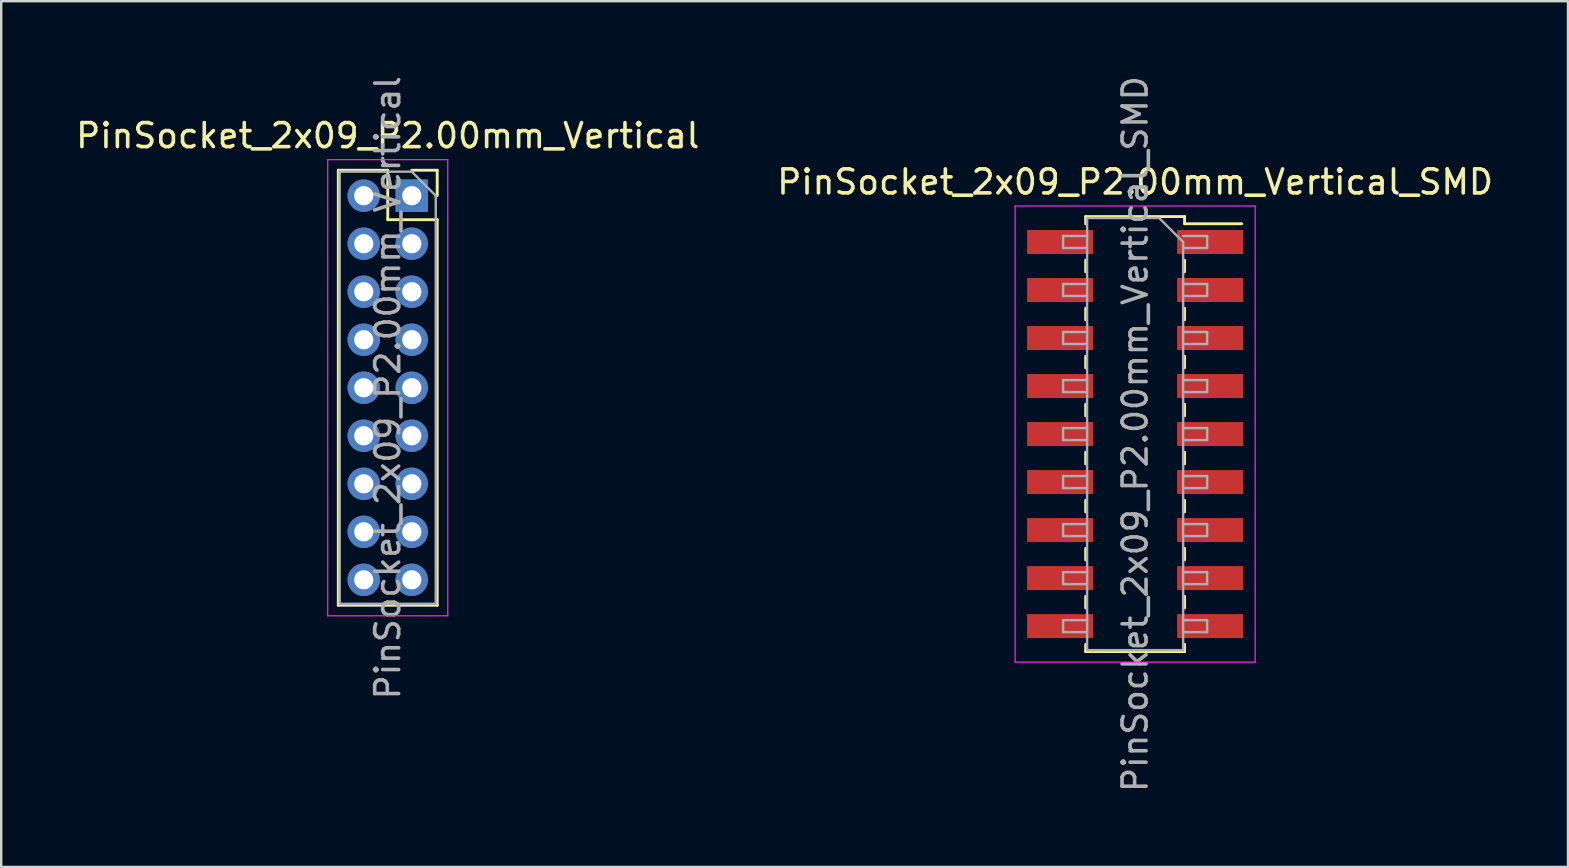
<source format=kicad_pcb>
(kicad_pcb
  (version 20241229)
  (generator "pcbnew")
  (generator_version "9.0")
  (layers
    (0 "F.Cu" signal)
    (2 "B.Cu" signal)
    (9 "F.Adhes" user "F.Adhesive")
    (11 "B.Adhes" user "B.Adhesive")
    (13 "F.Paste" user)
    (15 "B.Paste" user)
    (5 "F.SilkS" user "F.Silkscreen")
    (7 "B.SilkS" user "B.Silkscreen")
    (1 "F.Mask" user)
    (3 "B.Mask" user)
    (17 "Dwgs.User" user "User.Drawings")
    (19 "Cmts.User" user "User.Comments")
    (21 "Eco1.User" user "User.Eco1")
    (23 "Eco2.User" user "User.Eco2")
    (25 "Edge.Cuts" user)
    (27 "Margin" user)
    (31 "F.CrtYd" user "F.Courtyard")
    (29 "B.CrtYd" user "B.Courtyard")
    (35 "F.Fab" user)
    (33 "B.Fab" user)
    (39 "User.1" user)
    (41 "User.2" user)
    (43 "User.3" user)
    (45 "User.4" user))
  (footprint "PinSocket_2x09_P2.00mm_Vertical_SMD"
    (layer "F.Cu")
    (at 44.232 15.03)
    (property "Reference" "PinSocket_2x09_P2.00mm_Vertical_SMD" (at 0 -10.5 0) (layer "F.SilkS") (effects (font (size 1 1) (thickness 0.15))))
    (attr smd)
    (fp_line (start -2.06 -9.06) (end -2.06 -8.76) (stroke (width 0.12) (type solid)) (layer "F.SilkS"))
    (fp_line (start -2.06 -9.06) (end 2.06 -9.06) (stroke (width 0.12) (type solid)) (layer "F.SilkS"))
    (fp_line (start -2.06 -7.24) (end -2.06 -6.76) (stroke (width 0.12) (type solid)) (layer "F.SilkS"))
    (fp_line (start -2.06 -5.24) (end -2.06 -4.76) (stroke (width 0.12) (type solid)) (layer "F.SilkS"))
    (fp_line (start -2.06 -3.24) (end -2.06 -2.76) (stroke (width 0.12) (type solid)) (layer "F.SilkS"))
    (fp_line (start -2.06 -1.24) (end -2.06 -0.76) (stroke (width 0.12) (type solid)) (layer "F.SilkS"))
    (fp_line (start -2.06 0.76) (end -2.06 1.24) (stroke (width 0.12) (type solid)) (layer "F.SilkS"))
    (fp_line (start -2.06 2.76) (end -2.06 3.24) (stroke (width 0.12) (type solid)) (layer "F.SilkS"))
    (fp_line (start -2.06 4.76) (end -2.06 5.24) (stroke (width 0.12) (type solid)) (layer "F.SilkS"))
    (fp_line (start -2.06 6.76) (end -2.06 7.24) (stroke (width 0.12) (type solid)) (layer "F.SilkS"))
    (fp_line (start -2.06 8.76) (end -2.06 9.06) (stroke (width 0.12) (type solid)) (layer "F.SilkS"))
    (fp_line (start -2.06 9.06) (end 2.06 9.06) (stroke (width 0.12) (type solid)) (layer "F.SilkS"))
    (fp_line (start 2.06 -9.06) (end 2.06 -8.76) (stroke (width 0.12) (type solid)) (layer "F.SilkS"))
    (fp_line (start 2.06 -8.76) (end 4.44 -8.76) (stroke (width 0.12) (type solid)) (layer "F.SilkS"))
    (fp_line (start 2.06 -7.24) (end 2.06 -6.76) (stroke (width 0.12) (type solid)) (layer "F.SilkS"))
    (fp_line (start 2.06 -5.24) (end 2.06 -4.76) (stroke (width 0.12) (type solid)) (layer "F.SilkS"))
    (fp_line (start 2.06 -3.24) (end 2.06 -2.76) (stroke (width 0.12) (type solid)) (layer "F.SilkS"))
    (fp_line (start 2.06 -1.24) (end 2.06 -0.76) (stroke (width 0.12) (type solid)) (layer "F.SilkS"))
    (fp_line (start 2.06 0.76) (end 2.06 1.24) (stroke (width 0.12) (type solid)) (layer "F.SilkS"))
    (fp_line (start 2.06 2.76) (end 2.06 3.24) (stroke (width 0.12) (type solid)) (layer "F.SilkS"))
    (fp_line (start 2.06 4.76) (end 2.06 5.24) (stroke (width 0.12) (type solid)) (layer "F.SilkS"))
    (fp_line (start 2.06 6.76) (end 2.06 7.24) (stroke (width 0.12) (type solid)) (layer "F.SilkS"))
    (fp_line (start 2.06 8.76) (end 2.06 9.06) (stroke (width 0.12) (type solid)) (layer "F.SilkS"))
    (fp_line (start -5 -9.5) (end 5 -9.5) (stroke (width 0.05) (type solid)) (layer "F.CrtYd"))
    (fp_line (start -5 9.5) (end -5 -9.5) (stroke (width 0.05) (type solid)) (layer "F.CrtYd"))
    (fp_line (start 5 -9.5) (end 5 9.5) (stroke (width 0.05) (type solid)) (layer "F.CrtYd"))
    (fp_line (start 5 9.5) (end -5 9.5) (stroke (width 0.05) (type solid)) (layer "F.CrtYd"))
    (fp_line (start -3 -8.25) (end -2 -8.25) (stroke (width 0.1) (type solid)) (layer "F.Fab"))
    (fp_line (start -3 -7.75) (end -3 -8.25) (stroke (width 0.1) (type solid)) (layer "F.Fab"))
    (fp_line (start -3 -6.25) (end -2 -6.25) (stroke (width 0.1) (type solid)) (layer "F.Fab"))
    (fp_line (start -3 -5.75) (end -3 -6.25) (stroke (width 0.1) (type solid)) (layer "F.Fab"))
    (fp_line (start -3 -4.25) (end -2 -4.25) (stroke (width 0.1) (type solid)) (layer "F.Fab"))
    (fp_line (start -3 -3.75) (end -3 -4.25) (stroke (width 0.1) (type solid)) (layer "F.Fab"))
    (fp_line (start -3 -2.25) (end -2 -2.25) (stroke (width 0.1) (type solid)) (layer "F.Fab"))
    (fp_line (start -3 -1.75) (end -3 -2.25) (stroke (width 0.1) (type solid)) (layer "F.Fab"))
    (fp_line (start -3 -0.25) (end -2 -0.25) (stroke (width 0.1) (type solid)) (layer "F.Fab"))
    (fp_line (start -3 0.25) (end -3 -0.25) (stroke (width 0.1) (type solid)) (layer "F.Fab"))
    (fp_line (start -3 1.75) (end -2 1.75) (stroke (width 0.1) (type solid)) (layer "F.Fab"))
    (fp_line (start -3 2.25) (end -3 1.75) (stroke (width 0.1) (type solid)) (layer "F.Fab"))
    (fp_line (start -3 3.75) (end -2 3.75) (stroke (width 0.1) (type solid)) (layer "F.Fab"))
    (fp_line (start -3 4.25) (end -3 3.75) (stroke (width 0.1) (type solid)) (layer "F.Fab"))
    (fp_line (start -3 5.75) (end -2 5.75) (stroke (width 0.1) (type solid)) (layer "F.Fab"))
    (fp_line (start -3 6.25) (end -3 5.75) (stroke (width 0.1) (type solid)) (layer "F.Fab"))
    (fp_line (start -3 7.75) (end -2 7.75) (stroke (width 0.1) (type solid)) (layer "F.Fab"))
    (fp_line (start -3 8.25) (end -3 7.75) (stroke (width 0.1) (type solid)) (layer "F.Fab"))
    (fp_line (start -2 -9) (end 1 -9) (stroke (width 0.1) (type solid)) (layer "F.Fab"))
    (fp_line (start -2 -7.75) (end -3 -7.75) (stroke (width 0.1) (type solid)) (layer "F.Fab"))
    (fp_line (start -2 -5.75) (end -3 -5.75) (stroke (width 0.1) (type solid)) (layer "F.Fab"))
    (fp_line (start -2 -3.75) (end -3 -3.75) (stroke (width 0.1) (type solid)) (layer "F.Fab"))
    (fp_line (start -2 -1.75) (end -3 -1.75) (stroke (width 0.1) (type solid)) (layer "F.Fab"))
    (fp_line (start -2 0.25) (end -3 0.25) (stroke (width 0.1) (type solid)) (layer "F.Fab"))
    (fp_line (start -2 2.25) (end -3 2.25) (stroke (width 0.1) (type solid)) (layer "F.Fab"))
    (fp_line (start -2 4.25) (end -3 4.25) (stroke (width 0.1) (type solid)) (layer "F.Fab"))
    (fp_line (start -2 6.25) (end -3 6.25) (stroke (width 0.1) (type solid)) (layer "F.Fab"))
    (fp_line (start -2 8.25) (end -3 8.25) (stroke (width 0.1) (type solid)) (layer "F.Fab"))
    (fp_line (start -2 9) (end -2 -9) (stroke (width 0.1) (type solid)) (layer "F.Fab"))
    (fp_line (start 1 -9) (end 2 -8) (stroke (width 0.1) (type solid)) (layer "F.Fab"))
    (fp_line (start 2 -8.25) (end 3 -8.25) (stroke (width 0.1) (type solid)) (layer "F.Fab"))
    (fp_line (start 2 -8) (end 2 9) (stroke (width 0.1) (type solid)) (layer "F.Fab"))
    (fp_line (start 2 -6.25) (end 3 -6.25) (stroke (width 0.1) (type solid)) (layer "F.Fab"))
    (fp_line (start 2 -4.25) (end 3 -4.25) (stroke (width 0.1) (type solid)) (layer "F.Fab"))
    (fp_line (start 2 -2.25) (end 3 -2.25) (stroke (width 0.1) (type solid)) (layer "F.Fab"))
    (fp_line (start 2 -0.25) (end 3 -0.25) (stroke (width 0.1) (type solid)) (layer "F.Fab"))
    (fp_line (start 2 1.75) (end 3 1.75) (stroke (width 0.1) (type solid)) (layer "F.Fab"))
    (fp_line (start 2 3.75) (end 3 3.75) (stroke (width 0.1) (type solid)) (layer "F.Fab"))
    (fp_line (start 2 5.75) (end 3 5.75) (stroke (width 0.1) (type solid)) (layer "F.Fab"))
    (fp_line (start 2 7.75) (end 3 7.75) (stroke (width 0.1) (type solid)) (layer "F.Fab"))
    (fp_line (start 2 9) (end -2 9) (stroke (width 0.1) (type solid)) (layer "F.Fab"))
    (fp_line (start 3 -8.25) (end 3 -7.75) (stroke (width 0.1) (type solid)) (layer "F.Fab"))
    (fp_line (start 3 -7.75) (end 2 -7.75) (stroke (width 0.1) (type solid)) (layer "F.Fab"))
    (fp_line (start 3 -6.25) (end 3 -5.75) (stroke (width 0.1) (type solid)) (layer "F.Fab"))
    (fp_line (start 3 -5.75) (end 2 -5.75) (stroke (width 0.1) (type solid)) (layer "F.Fab"))
    (fp_line (start 3 -4.25) (end 3 -3.75) (stroke (width 0.1) (type solid)) (layer "F.Fab"))
    (fp_line (start 3 -3.75) (end 2 -3.75) (stroke (width 0.1) (type solid)) (layer "F.Fab"))
    (fp_line (start 3 -2.25) (end 3 -1.75) (stroke (width 0.1) (type solid)) (layer "F.Fab"))
    (fp_line (start 3 -1.75) (end 2 -1.75) (stroke (width 0.1) (type solid)) (layer "F.Fab"))
    (fp_line (start 3 -0.25) (end 3 0.25) (stroke (width 0.1) (type solid)) (layer "F.Fab"))
    (fp_line (start 3 0.25) (end 2 0.25) (stroke (width 0.1) (type solid)) (layer "F.Fab"))
    (fp_line (start 3 1.75) (end 3 2.25) (stroke (width 0.1) (type solid)) (layer "F.Fab"))
    (fp_line (start 3 2.25) (end 2 2.25) (stroke (width 0.1) (type solid)) (layer "F.Fab"))
    (fp_line (start 3 3.75) (end 3 4.25) (stroke (width 0.1) (type solid)) (layer "F.Fab"))
    (fp_line (start 3 4.25) (end 2 4.25) (stroke (width 0.1) (type solid)) (layer "F.Fab"))
    (fp_line (start 3 5.75) (end 3 6.25) (stroke (width 0.1) (type solid)) (layer "F.Fab"))
    (fp_line (start 3 6.25) (end 2 6.25) (stroke (width 0.1) (type solid)) (layer "F.Fab"))
    (fp_line (start 3 7.75) (end 3 8.25) (stroke (width 0.1) (type solid)) (layer "F.Fab"))
    (fp_line (start 3 8.25) (end 2 8.25) (stroke (width 0.1) (type solid)) (layer "F.Fab"))
    (fp_text user "${REFERENCE}" (at 0 0 90) (layer "F.Fab") (effects (font (size 1 1) (thickness 0.15))))
    (pad "1" smd rect (at 3.125 -8) (size 2.75 1) (layers "F.Cu" "F.Mask" "F.Paste"))
    (pad "2" smd rect (at -3.125 -8) (size 2.75 1) (layers "F.Cu" "F.Mask" "F.Paste"))
    (pad "3" smd rect (at 3.125 -6) (size 2.75 1) (layers "F.Cu" "F.Mask" "F.Paste"))
    (pad "4" smd rect (at -3.125 -6) (size 2.75 1) (layers "F.Cu" "F.Mask" "F.Paste"))
    (pad "5" smd rect (at 3.125 -4) (size 2.75 1) (layers "F.Cu" "F.Mask" "F.Paste"))
    (pad "6" smd rect (at -3.125 -4) (size 2.75 1) (layers "F.Cu" "F.Mask" "F.Paste"))
    (pad "7" smd rect (at 3.125 -2) (size 2.75 1) (layers "F.Cu" "F.Mask" "F.Paste"))
    (pad "8" smd rect (at -3.125 -2) (size 2.75 1) (layers "F.Cu" "F.Mask" "F.Paste"))
    (pad "9" smd rect (at 3.125 0) (size 2.75 1) (layers "F.Cu" "F.Mask" "F.Paste"))
    (pad "10" smd rect (at -3.125 0) (size 2.75 1) (layers "F.Cu" "F.Mask" "F.Paste"))
    (pad "11" smd rect (at 3.125 2) (size 2.75 1) (layers "F.Cu" "F.Mask" "F.Paste"))
    (pad "12" smd rect (at -3.125 2) (size 2.75 1) (layers "F.Cu" "F.Mask" "F.Paste"))
    (pad "13" smd rect (at 3.125 4) (size 2.75 1) (layers "F.Cu" "F.Mask" "F.Paste"))
    (pad "14" smd rect (at -3.125 4) (size 2.75 1) (layers "F.Cu" "F.Mask" "F.Paste"))
    (pad "15" smd rect (at 3.125 6) (size 2.75 1) (layers "F.Cu" "F.Mask" "F.Paste"))
    (pad "16" smd rect (at -3.125 6) (size 2.75 1) (layers "F.Cu" "F.Mask" "F.Paste"))
    (pad "17" smd rect (at 3.125 8) (size 2.75 1) (layers "F.Cu" "F.Mask" "F.Paste"))
    (pad "18" smd rect (at -3.125 8) (size 2.75 1) (layers "F.Cu" "F.Mask" "F.Paste")))
  (footprint "PinSocket_2x09_P2.00mm_Vertical"
    (layer "F.Cu")
    (at 14.101 5.101)
    (property "Reference" "PinSocket_2x09_P2.00mm_Vertical" (at -1 -2.5 0) (layer "F.SilkS") (effects (font (size 1 1) (thickness 0.15))))
    (attr through_hole)
    (fp_line (start -3.06 -1.06) (end -3.06 17.06) (stroke (width 0.12) (type solid)) (layer "F.SilkS"))
    (fp_line (start -3.06 -1.06) (end -1 -1.06) (stroke (width 0.12) (type solid)) (layer "F.SilkS"))
    (fp_line (start -3.06 17.06) (end 1.06 17.06) (stroke (width 0.12) (type solid)) (layer "F.SilkS"))
    (fp_line (start -1 -1.06) (end -1 1) (stroke (width 0.12) (type solid)) (layer "F.SilkS"))
    (fp_line (start -1 1) (end 1.06 1) (stroke (width 0.12) (type solid)) (layer "F.SilkS"))
    (fp_line (start 0 -1.06) (end 1.06 -1.06) (stroke (width 0.12) (type solid)) (layer "F.SilkS"))
    (fp_line (start 1.06 -1.06) (end 1.06 0) (stroke (width 0.12) (type solid)) (layer "F.SilkS"))
    (fp_line (start 1.06 1) (end 1.06 17.06) (stroke (width 0.12) (type solid)) (layer "F.SilkS"))
    (fp_line (start -3.5 -1.5) (end 1.5 -1.5) (stroke (width 0.05) (type solid)) (layer "F.CrtYd"))
    (fp_line (start -3.5 17.5) (end -3.5 -1.5) (stroke (width 0.05) (type solid)) (layer "F.CrtYd"))
    (fp_line (start 1.5 -1.5) (end 1.5 17.5) (stroke (width 0.05) (type solid)) (layer "F.CrtYd"))
    (fp_line (start 1.5 17.5) (end -3.5 17.5) (stroke (width 0.05) (type solid)) (layer "F.CrtYd"))
    (fp_line (start -3 -1) (end 0 -1) (stroke (width 0.1) (type solid)) (layer "F.Fab"))
    (fp_line (start -3 17) (end -3 -1) (stroke (width 0.1) (type solid)) (layer "F.Fab"))
    (fp_line (start 0 -1) (end 1 0) (stroke (width 0.1) (type solid)) (layer "F.Fab"))
    (fp_line (start 1 0) (end 1 17) (stroke (width 0.1) (type solid)) (layer "F.Fab"))
    (fp_line (start 1 17) (end -3 17) (stroke (width 0.1) (type solid)) (layer "F.Fab"))
    (fp_text user "${REFERENCE}" (at -1 8 90) (layer "F.Fab") (effects (font (size 1 1) (thickness 0.15))))
    (pad "1" thru_hole rect (at 0 0) (size 1.35 1.35) (drill 0.8) (layers "*.Cu" "*.Mask"))
    (pad "2" thru_hole circle (at -2 0) (size 1.35 1.35) (drill 0.8) (layers "*.Cu" "*.Mask"))
    (pad "3" thru_hole circle (at 0 2) (size 1.35 1.35) (drill 0.8) (layers "*.Cu" "*.Mask"))
    (pad "4" thru_hole circle (at -2 2) (size 1.35 1.35) (drill 0.8) (layers "*.Cu" "*.Mask"))
    (pad "5" thru_hole circle (at 0 4) (size 1.35 1.35) (drill 0.8) (layers "*.Cu" "*.Mask"))
    (pad "6" thru_hole circle (at -2 4) (size 1.35 1.35) (drill 0.8) (layers "*.Cu" "*.Mask"))
    (pad "7" thru_hole circle (at 0 6) (size 1.35 1.35) (drill 0.8) (layers "*.Cu" "*.Mask"))
    (pad "8" thru_hole circle (at -2 6) (size 1.35 1.35) (drill 0.8) (layers "*.Cu" "*.Mask"))
    (pad "9" thru_hole circle (at 0 8) (size 1.35 1.35) (drill 0.8) (layers "*.Cu" "*.Mask"))
    (pad "10" thru_hole circle (at -2 8) (size 1.35 1.35) (drill 0.8) (layers "*.Cu" "*.Mask"))
    (pad "11" thru_hole circle (at 0 10) (size 1.35 1.35) (drill 0.8) (layers "*.Cu" "*.Mask"))
    (pad "12" thru_hole circle (at -2 10) (size 1.35 1.35) (drill 0.8) (layers "*.Cu" "*.Mask"))
    (pad "13" thru_hole circle (at 0 12) (size 1.35 1.35) (drill 0.8) (layers "*.Cu" "*.Mask"))
    (pad "14" thru_hole circle (at -2 12) (size 1.35 1.35) (drill 0.8) (layers "*.Cu" "*.Mask"))
    (pad "15" thru_hole circle (at 0 14) (size 1.35 1.35) (drill 0.8) (layers "*.Cu" "*.Mask"))
    (pad "16" thru_hole circle (at -2 14) (size 1.35 1.35) (drill 0.8) (layers "*.Cu" "*.Mask"))
    (pad "17" thru_hole circle (at 0 16) (size 1.35 1.35) (drill 0.8) (layers "*.Cu" "*.Mask"))
    (pad "18" thru_hole circle (at -2 16) (size 1.35 1.35) (drill 0.8) (layers "*.Cu" "*.Mask")))
  (gr_rect
    (start -3 -3)
    (end 62.262 33.06)
    (stroke (width 0.1) (type default))
    (fill no)
    (layer "Edge.Cuts")))
</source>
